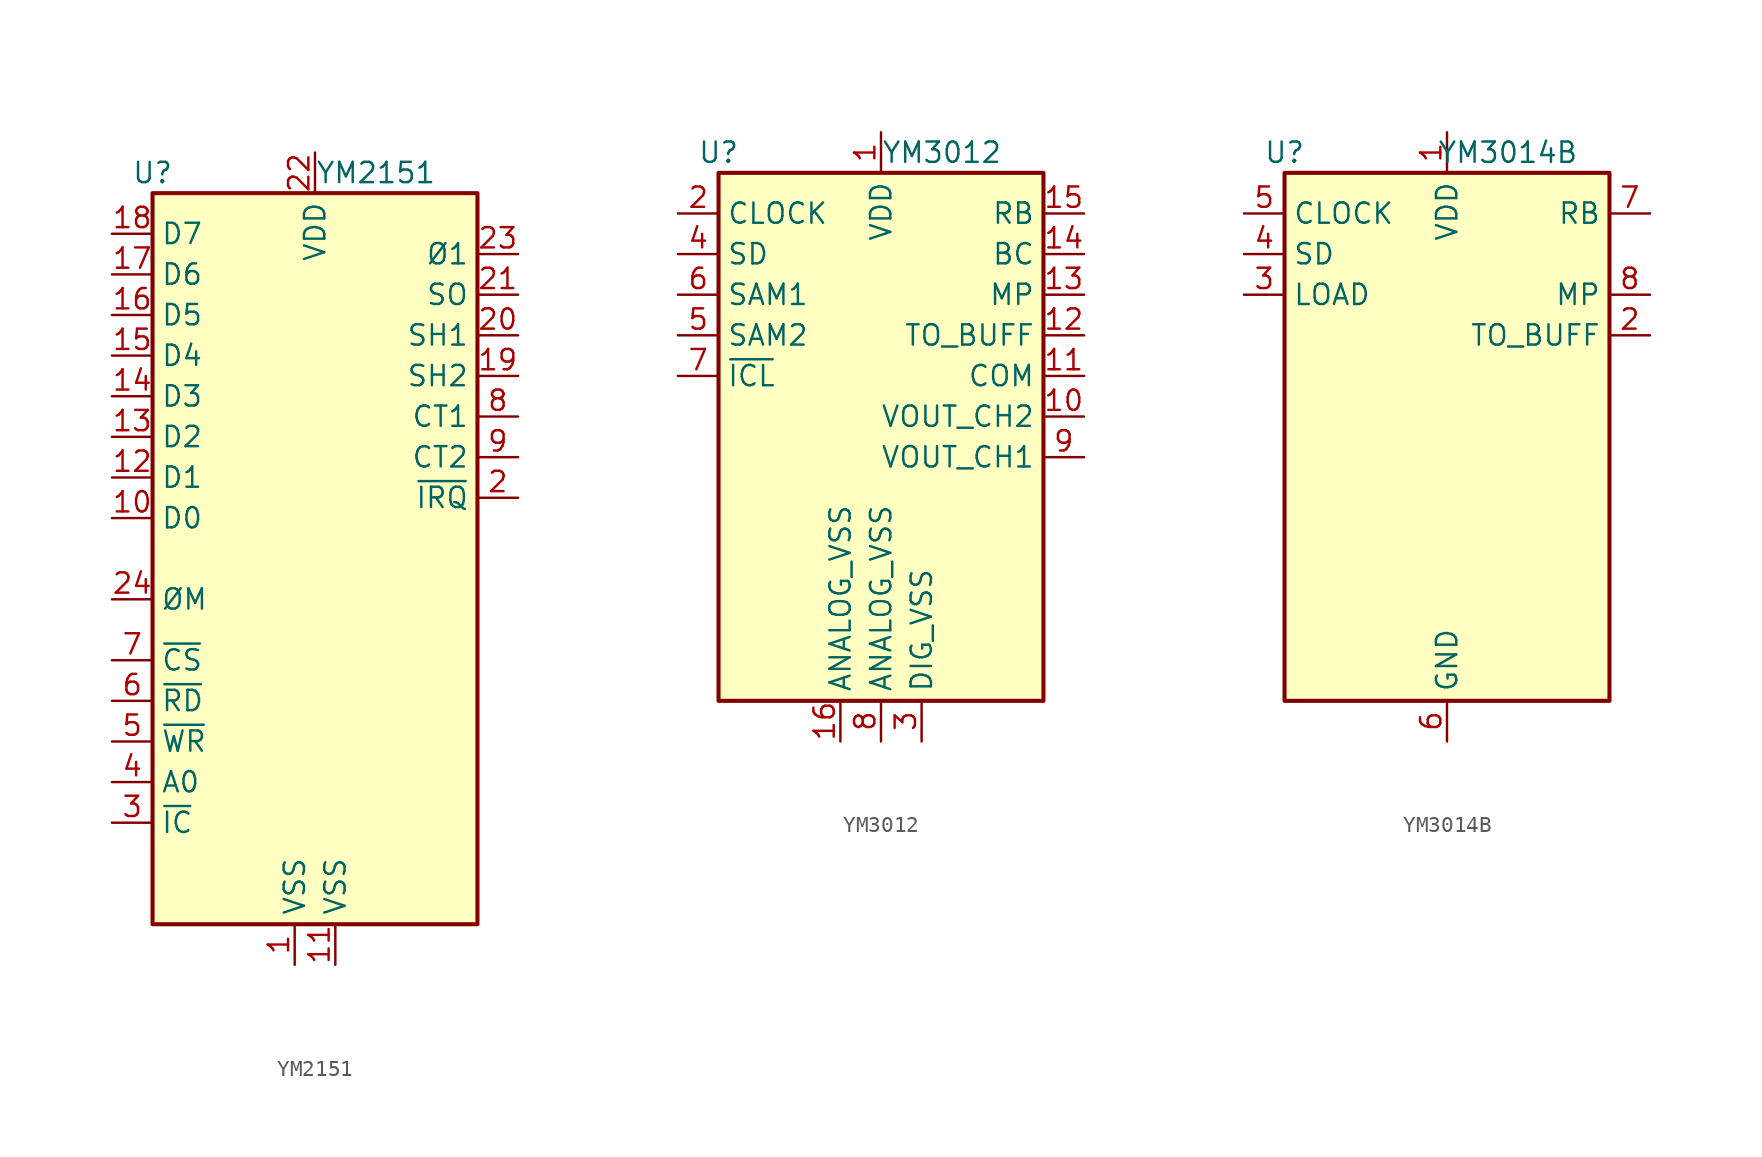
<source format=kicad_sym>
(kicad_symbol_lib
  (version 20241209)
  (generator "kicad_symbol_editor")
  (generator_version "9.0")
  (symbol "YM2151"
    (property "Reference" "U"
      (at -10.16 29.21 0)
      (effects (font (size 1.27 1.27))))
    (property "Value" "YM2151"
      (at 3.81 29.21 0)
      (effects (font (size 1.27 1.27))))
    (symbol "YM2151_0_0"
      (pin input line (at -12.7 2.54 0) (length 2.54) (name "ØM" (effects (font (size 1.27 1.27)))) (number "24" (effects (font (size 1.27 1.27)))))
      (pin power_in line (at 0 30.48 270) (length 2.54) (name "VDD" (effects (font (size 1.27 1.27)))) (number "22" (effects (font (size 1.27 1.27)))))
      (pin output line (at 12.7 24.13 180) (length 2.54) (name "Ø1" (effects (font (size 1.27 1.27)))) (number "23" (effects (font (size 1.27 1.27))))))
    (symbol "YM2151_0_1"
      (rectangle (start -10.16 27.94) (end 10.16 -17.78) (stroke (width 0.254) (type solid)) (fill (type background))))
    (symbol "YM2151_1_1"
      (pin bidirectional line (at -12.7 25.4 0) (length 2.54) (name "D7" (effects (font (size 1.27 1.27)))) (number "18" (effects (font (size 1.27 1.27)))))
      (pin bidirectional line (at -12.7 22.86 0) (length 2.54) (name "D6" (effects (font (size 1.27 1.27)))) (number "17" (effects (font (size 1.27 1.27)))))
      (pin bidirectional line (at -12.7 20.32 0) (length 2.54) (name "D5" (effects (font (size 1.27 1.27)))) (number "16" (effects (font (size 1.27 1.27)))))
      (pin bidirectional line (at -12.7 17.78 0) (length 2.54) (name "D4" (effects (font (size 1.27 1.27)))) (number "15" (effects (font (size 1.27 1.27)))))
      (pin bidirectional line (at -12.7 15.24 0) (length 2.54) (name "D3" (effects (font (size 1.27 1.27)))) (number "14" (effects (font (size 1.27 1.27)))))
      (pin bidirectional line (at -12.7 12.7 0) (length 2.54) (name "D2" (effects (font (size 1.27 1.27)))) (number "13" (effects (font (size 1.27 1.27)))))
      (pin bidirectional line (at -12.7 10.16 0) (length 2.54) (name "D1" (effects (font (size 1.27 1.27)))) (number "12" (effects (font (size 1.27 1.27)))))
      (pin bidirectional line (at -12.7 7.62 0) (length 2.54) (name "D0" (effects (font (size 1.27 1.27)))) (number "10" (effects (font (size 1.27 1.27)))))
      (pin input line (at -12.7 -1.27 0) (length 2.54) (name "~{CS}" (effects (font (size 1.27 1.27)))) (number "7" (effects (font (size 1.27 1.27)))))
      (pin input line (at -12.7 -3.81 0) (length 2.54) (name "~{RD}" (effects (font (size 1.27 1.27)))) (number "6" (effects (font (size 1.27 1.27)))))
      (pin input line (at -12.7 -6.35 0) (length 2.54) (name "~{WR}" (effects (font (size 1.27 1.27)))) (number "5" (effects (font (size 1.27 1.27)))))
      (pin input line (at -12.7 -8.89 0) (length 2.54) (name "A0" (effects (font (size 1.27 1.27)))) (number "4" (effects (font (size 1.27 1.27)))))
      (pin input line (at -12.7 -11.43 0) (length 2.54) (name "~{IC}" (effects (font (size 1.27 1.27)))) (number "3" (effects (font (size 1.27 1.27)))))
      (pin power_in line (at -1.27 -20.32 90) (length 2.54) (name "VSS" (effects (font (size 1.27 1.27)))) (number "1" (effects (font (size 1.27 1.27)))))
      (pin power_in line (at 1.27 -20.32 90) (length 2.54) (name "VSS" (effects (font (size 1.27 1.27)))) (number "11" (effects (font (size 1.27 1.27)))))
      (pin output line (at 12.7 21.59 180) (length 2.54) (name "SO" (effects (font (size 1.27 1.27)))) (number "21" (effects (font (size 1.27 1.27)))))
      (pin output line (at 12.7 19.05 180) (length 2.54) (name "SH1" (effects (font (size 1.27 1.27)))) (number "20" (effects (font (size 1.27 1.27)))))
      (pin output line (at 12.7 16.51 180) (length 2.54) (name "SH2" (effects (font (size 1.27 1.27)))) (number "19" (effects (font (size 1.27 1.27)))))
      (pin output line (at 12.7 13.97 180) (length 2.54) (name "CT1" (effects (font (size 1.27 1.27)))) (number "8" (effects (font (size 1.27 1.27)))))
      (pin output line (at 12.7 11.43 180) (length 2.54) (name "CT2" (effects (font (size 1.27 1.27)))) (number "9" (effects (font (size 1.27 1.27)))))
      (pin output line (at 12.7 8.89 180) (length 2.54) (name "~{IRQ}" (effects (font (size 1.27 1.27)))) (number "2" (effects (font (size 1.27 1.27)))))))
  (symbol "YM3012"
    (property "Reference" "U"
      (at -10.16 29.21 0)
      (effects (font (size 1.27 1.27))))
    (property "Value" "YM3012"
      (at 3.81 29.21 0)
      (effects (font (size 1.27 1.27))))
    (symbol "YM3012_0_1"
      (rectangle (start -10.16 27.94) (end 10.16 -5.08) (stroke (width 0.254) (type solid)) (fill (type background))))
    (symbol "YM3012_1_1"
      (pin input line (at -12.7 25.4 0) (length 2.54) (name "CLOCK" (effects (font (size 1.27 1.27)))) (number "2" (effects (font (size 1.27 1.27)))))
      (pin input line (at -12.7 22.86 0) (length 2.54) (name "SD" (effects (font (size 1.27 1.27)))) (number "4" (effects (font (size 1.27 1.27)))))
      (pin input line (at -12.7 20.32 0) (length 2.54) (name "SAM1" (effects (font (size 1.27 1.27)))) (number "6" (effects (font (size 1.27 1.27)))))
      (pin input line (at -12.7 17.78 0) (length 2.54) (name "SAM2" (effects (font (size 1.27 1.27)))) (number "5" (effects (font (size 1.27 1.27)))))
      (pin input line (at -12.7 15.24 0) (length 2.54) (name "~{ICL}" (effects (font (size 1.27 1.27)))) (number "7" (effects (font (size 1.27 1.27)))))
      (pin power_in line (at -2.54 -7.62 90) (length 2.54) (name "ANALOG_VSS" (effects (font (size 1.27 1.27)))) (number "16" (effects (font (size 1.27 1.27)))))
      (pin power_in line (at 0 30.48 270) (length 2.54) (name "VDD" (effects (font (size 1.27 1.27)))) (number "1" (effects (font (size 1.27 1.27)))))
      (pin input line (at 0 -7.62 90) (length 2.54) (name "ANALOG_VSS" (effects (font (size 1.27 1.27)))) (number "8" (effects (font (size 1.27 1.27)))))
      (pin input line (at 2.54 -7.62 90) (length 2.54) (name "DIG_VSS" (effects (font (size 1.27 1.27)))) (number "3" (effects (font (size 1.27 1.27)))))
      (pin output line (at 12.7 25.4 180) (length 2.54) (name "RB" (effects (font (size 1.27 1.27)))) (number "15" (effects (font (size 1.27 1.27)))))
      (pin bidirectional line (at 12.7 22.86 180) (length 2.54) (name "BC" (effects (font (size 1.27 1.27)))) (number "14" (effects (font (size 1.27 1.27)))))
      (pin bidirectional line (at 12.7 20.32 180) (length 2.54) (name "MP" (effects (font (size 1.27 1.27)))) (number "13" (effects (font (size 1.27 1.27)))))
      (pin output line (at 12.7 17.78 180) (length 2.54) (name "TO_BUFF" (effects (font (size 1.27 1.27)))) (number "12" (effects (font (size 1.27 1.27)))))
      (pin output line (at 12.7 15.24 180) (length 2.54) (name "COM" (effects (font (size 1.27 1.27)))) (number "11" (effects (font (size 1.27 1.27)))))
      (pin output line (at 12.7 12.7 180) (length 2.54) (name "VOUT_CH2" (effects (font (size 1.27 1.27)))) (number "10" (effects (font (size 1.27 1.27)))))
      (pin output line (at 12.7 10.16 180) (length 2.54) (name "VOUT_CH1" (effects (font (size 1.27 1.27)))) (number "9" (effects (font (size 1.27 1.27)))))))
  (symbol "YM3014B"
    (property "Reference" "U"
      (at -10.16 29.21 0)
      (effects (font (size 1.27 1.27))))
    (property "Value" "YM3014B"
      (at 3.81 29.21 0)
      (effects (font (size 1.27 1.27))))
    (symbol "YM3014B_0_1"
      (rectangle (start -10.16 27.94) (end 10.16 -5.08) (stroke (width 0.254) (type solid)) (fill (type background))))
    (symbol "YM3014B_1_1"
      (pin input line (at -12.7 25.4 0) (length 2.54) (name "CLOCK" (effects (font (size 1.27 1.27)))) (number "5" (effects (font (size 1.27 1.27)))))
      (pin input line (at -12.7 22.86 0) (length 2.54) (name "SD" (effects (font (size 1.27 1.27)))) (number "4" (effects (font (size 1.27 1.27)))))
      (pin input line (at -12.7 20.32 0) (length 2.54) (name "LOAD" (effects (font (size 1.27 1.27)))) (number "3" (effects (font (size 1.27 1.27)))))
      (pin power_in line (at 0 30.48 270) (length 2.54) (name "VDD" (effects (font (size 1.27 1.27)))) (number "1" (effects (font (size 1.27 1.27)))))
      (pin passive line (at 0 -7.62 90) (length 2.54) (name "GND" (effects (font (size 1.27 1.27)))) (number "6" (effects (font (size 1.27 1.27)))))
      (pin output line (at 12.7 25.4 180) (length 2.54) (name "RB" (effects (font (size 1.27 1.27)))) (number "7" (effects (font (size 1.27 1.27)))))
      (pin output line (at 12.7 20.32 180) (length 2.54) (name "MP" (effects (font (size 1.27 1.27)))) (number "8" (effects (font (size 1.27 1.27)))))
      (pin output line (at 12.7 17.78 180) (length 2.54) (name "TO_BUFF" (effects (font (size 1.27 1.27)))) (number "2" (effects (font (size 1.27 1.27))))))))
</source>
